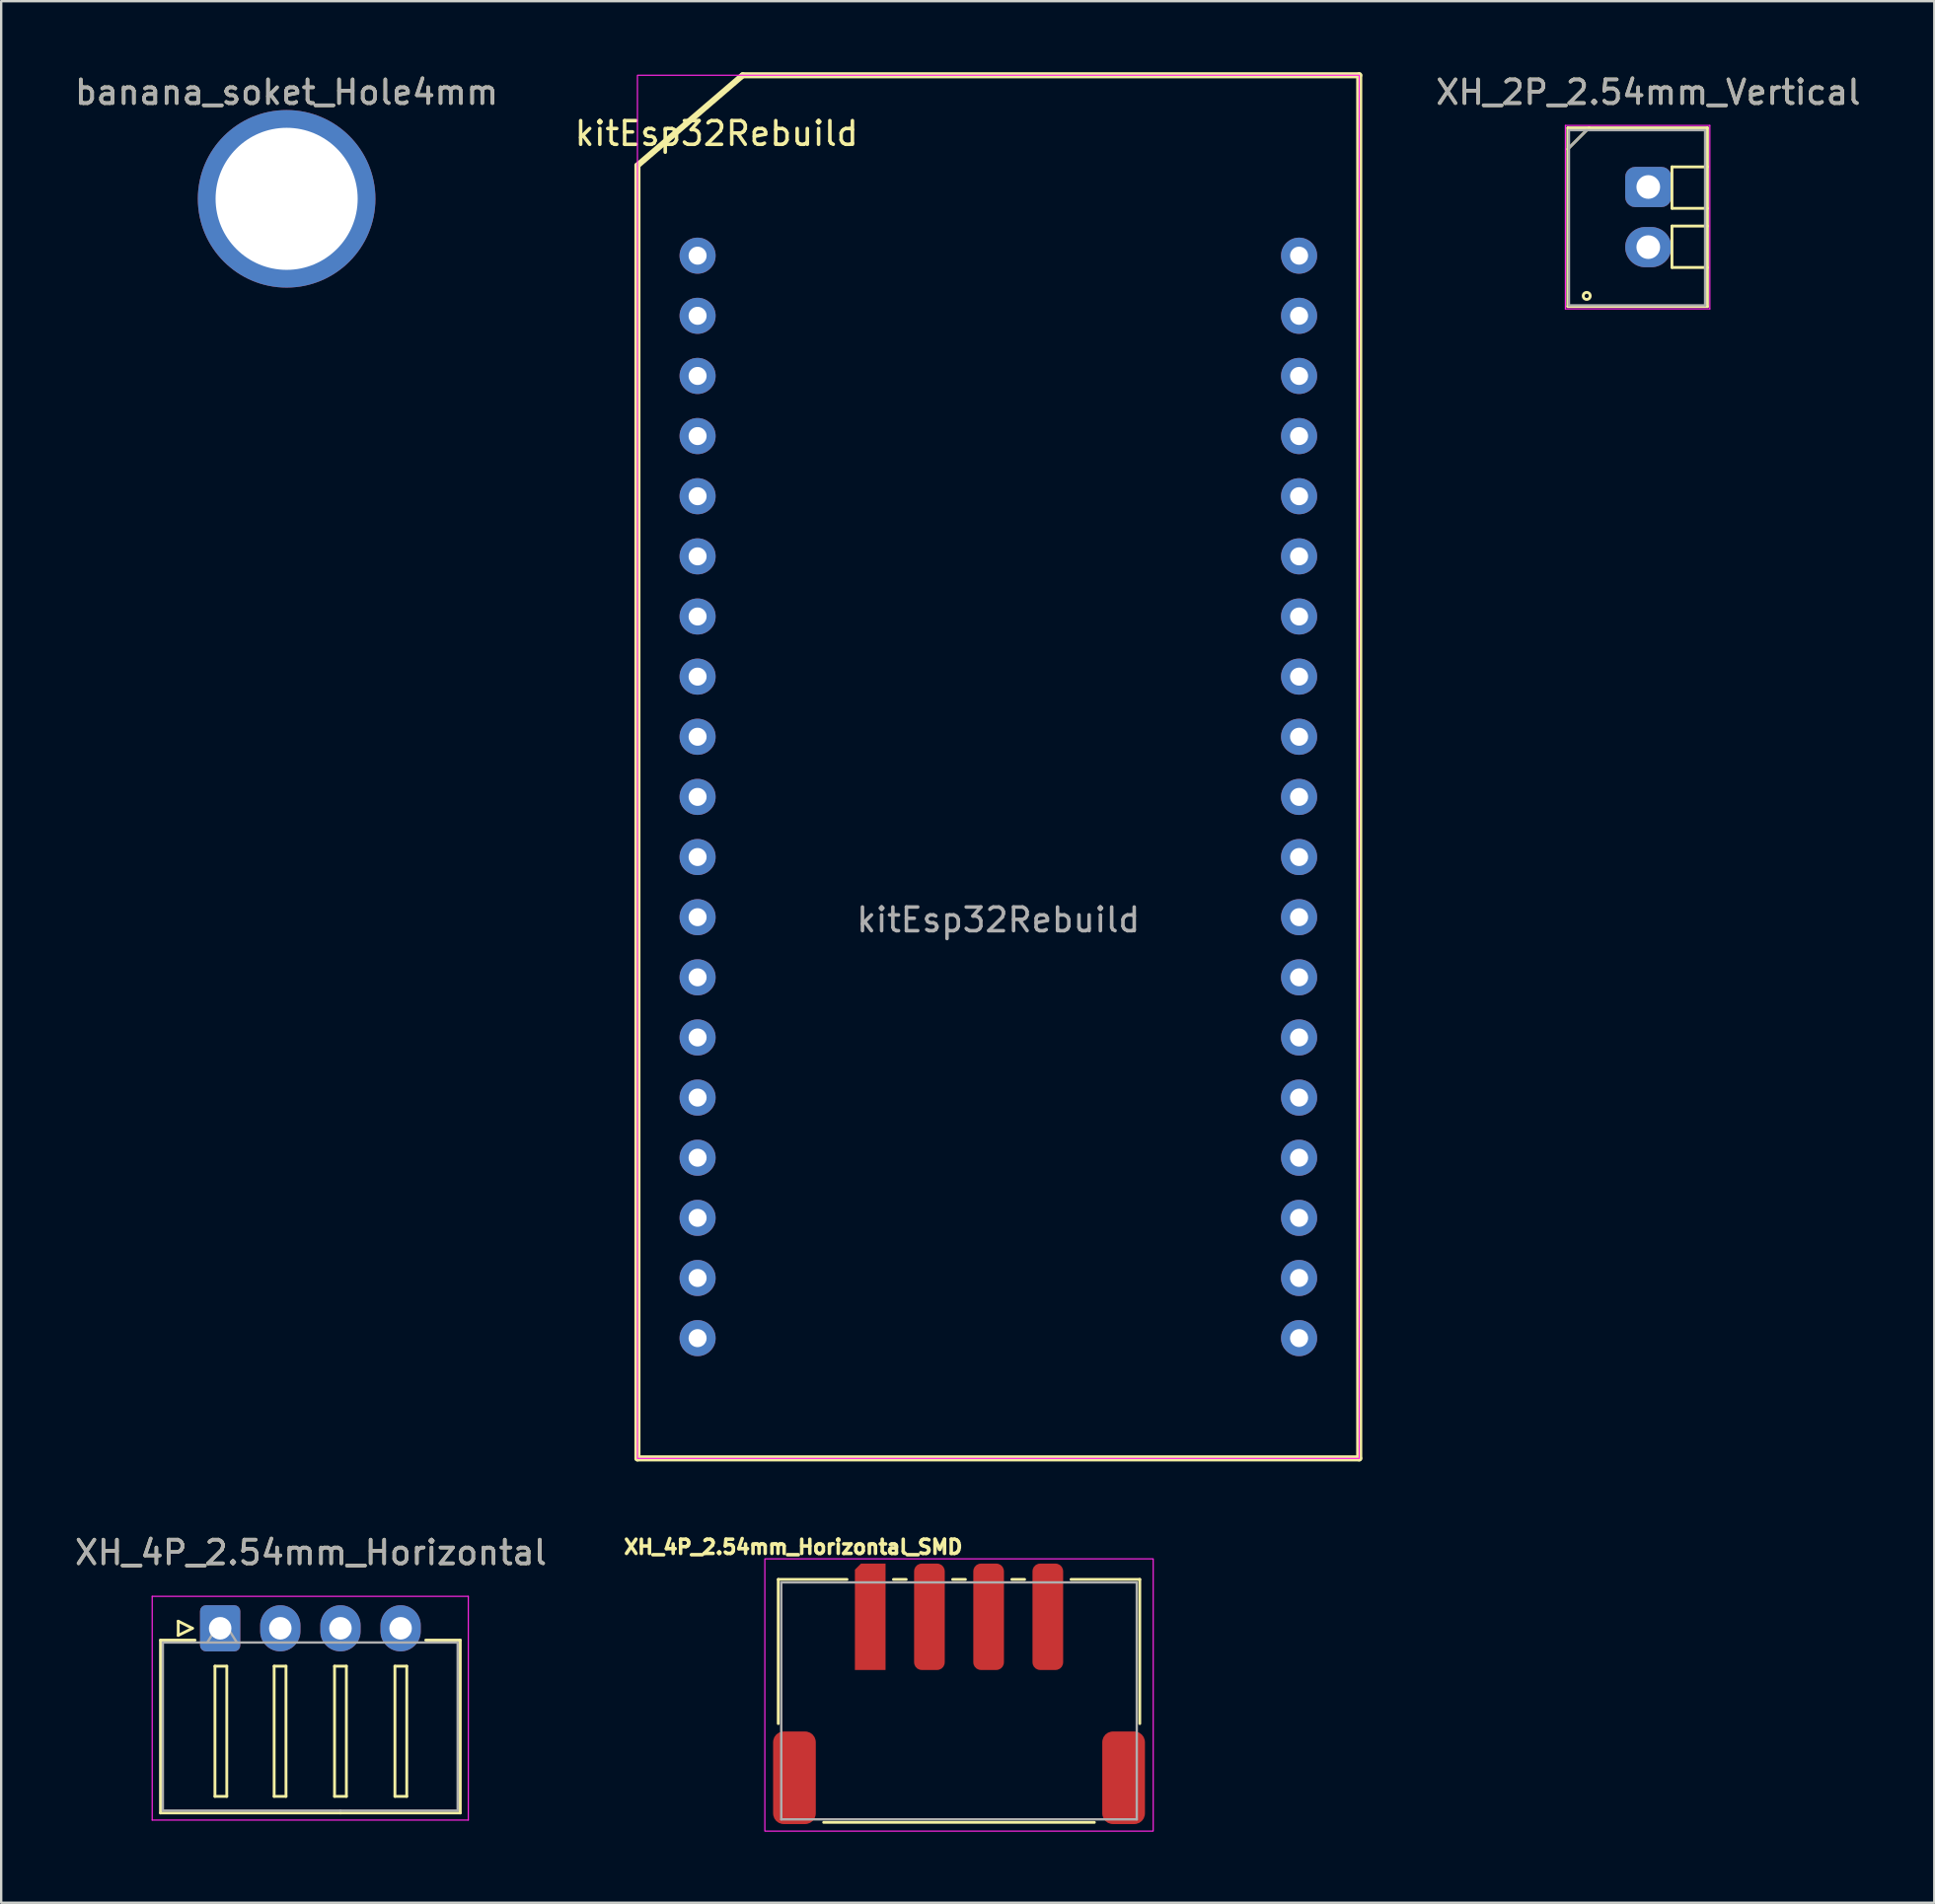
<source format=kicad_pcb>
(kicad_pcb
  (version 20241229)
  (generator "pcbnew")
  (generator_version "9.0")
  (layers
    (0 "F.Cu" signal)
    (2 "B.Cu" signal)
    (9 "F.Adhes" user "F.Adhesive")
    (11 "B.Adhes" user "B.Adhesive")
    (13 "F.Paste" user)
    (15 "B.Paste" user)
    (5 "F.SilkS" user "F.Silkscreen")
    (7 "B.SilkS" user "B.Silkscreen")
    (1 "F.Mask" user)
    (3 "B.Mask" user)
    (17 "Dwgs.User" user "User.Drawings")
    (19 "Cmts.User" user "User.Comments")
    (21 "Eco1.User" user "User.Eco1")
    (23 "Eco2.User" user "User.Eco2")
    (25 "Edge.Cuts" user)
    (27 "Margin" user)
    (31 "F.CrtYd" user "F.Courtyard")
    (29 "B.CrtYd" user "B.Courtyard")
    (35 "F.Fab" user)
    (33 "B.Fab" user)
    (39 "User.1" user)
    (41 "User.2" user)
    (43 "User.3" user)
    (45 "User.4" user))
  (footprint "banana_soket_Hole4mm"
    (layer "F.Cu")
    (at 9.054 5.348)
    (property "Reference" "banana_soket_Hole4mm" (at 0 -4.5 0) (unlocked yes) (layer "F.SilkS") (effects (font (size 1 1) (thickness 0.15))))
    (attr through_hole)
    (fp_text user "${REFERENCE}" (at 0 -4.5 0) (unlocked yes) (layer "F.Fab") (effects (font (size 1 1) (thickness 0.15))))
    (pad "1" thru_hole circle (at 0 0) (size 7.5 7.5) (drill 6) (layers "*.Cu" "*.Mask")))
  (footprint "kitEsp32Rebuild"
    (layer "F.Cu")
    (at 31.488 12.829)
    (property "Reference" "kitEsp32Rebuild" (at -4.28 -10.24 0) (unlocked yes) (layer "F.SilkS") (effects (font (size 1 1) (thickness 0.15))))
    (attr through_hole)
    (fp_line (start -7.62 45.72) (end -7.62 -8.89) (stroke (width 0.257) (type solid)) (layer "F.SilkS"))
    (fp_line (start -3.175 -12.7) (end -7.62 -8.89) (stroke (width 0.257) (type solid)) (layer "F.SilkS"))
    (fp_line (start -3.175 -12.7) (end 22.86 -12.7) (stroke (width 0.257) (type solid)) (layer "F.SilkS"))
    (fp_line (start 22.86 -12.7) (end 22.86 45.72) (stroke (width 0.257) (type solid)) (layer "F.SilkS"))
    (fp_line (start 22.86 45.72) (end -7.62 45.72) (stroke (width 0.257) (type solid)) (layer "F.SilkS"))
    (fp_rect (start -7.62 -12.7) (end 22.86 45.72) (stroke (width 0.05) (type solid)) (fill no) (layer "F.CrtYd"))
    (fp_text user "${REFERENCE}" (at 7.62 22.975 0) (unlocked yes) (layer "F.Fab") (effects (font (size 1 1) (thickness 0.15))))
    (pad "1" thru_hole circle (at -5.08 -5.08) (size 1.524 1.524) (drill 0.762) (layers "*.Cu" "*.Mask"))
    (pad "2" thru_hole circle (at -5.08 -2.54) (size 1.524 1.524) (drill 0.762) (layers "*.Cu" "*.Mask"))
    (pad "3" thru_hole circle (at -5.08 0) (size 1.524 1.524) (drill 0.762) (layers "*.Cu" "*.Mask"))
    (pad "4" thru_hole circle (at -5.08 2.54) (size 1.524 1.524) (drill 0.762) (layers "*.Cu" "*.Mask"))
    (pad "5" thru_hole circle (at -5.08 5.08) (size 1.524 1.524) (drill 0.762) (layers "*.Cu" "*.Mask"))
    (pad "6" thru_hole circle (at -5.08 7.62) (size 1.524 1.524) (drill 0.762) (layers "*.Cu" "*.Mask"))
    (pad "7" thru_hole circle (at -5.08 10.16) (size 1.524 1.524) (drill 0.762) (layers "*.Cu" "*.Mask"))
    (pad "8" thru_hole circle (at -5.08 12.7) (size 1.524 1.524) (drill 0.762) (layers "*.Cu" "*.Mask"))
    (pad "9" thru_hole circle (at -5.08 15.24) (size 1.524 1.524) (drill 0.762) (layers "*.Cu" "*.Mask"))
    (pad "10" thru_hole circle (at -5.08 17.78) (size 1.524 1.524) (drill 0.762) (layers "*.Cu" "*.Mask"))
    (pad "11" thru_hole circle (at -5.08 20.32) (size 1.524 1.524) (drill 0.762) (layers "*.Cu" "*.Mask"))
    (pad "12" thru_hole circle (at -5.08 22.86) (size 1.524 1.524) (drill 0.762) (layers "*.Cu" "*.Mask"))
    (pad "13" thru_hole circle (at -5.08 25.4) (size 1.524 1.524) (drill 0.762) (layers "*.Cu" "*.Mask"))
    (pad "14" thru_hole circle (at -5.08 27.94) (size 1.524 1.524) (drill 0.762) (layers "*.Cu" "*.Mask"))
    (pad "15" thru_hole circle (at -5.08 30.48) (size 1.524 1.524) (drill 0.762) (layers "*.Cu" "*.Mask"))
    (pad "16" thru_hole circle (at -5.08 33.02) (size 1.524 1.524) (drill 0.762) (layers "*.Cu" "*.Mask"))
    (pad "17" thru_hole circle (at -5.08 35.56) (size 1.524 1.524) (drill 0.762) (layers "*.Cu" "*.Mask"))
    (pad "18" thru_hole circle (at -5.08 38.1) (size 1.524 1.524) (drill 0.762) (layers "*.Cu" "*.Mask"))
    (pad "19" thru_hole circle (at -5.08 40.64) (size 1.524 1.524) (drill 0.762) (layers "*.Cu" "*.Mask"))
    (pad "20" thru_hole circle (at 20.32 -5.08) (size 1.524 1.524) (drill 0.762) (layers "*.Cu" "*.Mask"))
    (pad "21" thru_hole circle (at 20.32 -2.54) (size 1.524 1.524) (drill 0.762) (layers "*.Cu" "*.Mask"))
    (pad "22" thru_hole circle (at 20.32 0) (size 1.524 1.524) (drill 0.762) (layers "*.Cu" "*.Mask"))
    (pad "23" thru_hole circle (at 20.32 2.54) (size 1.524 1.524) (drill 0.762) (layers "*.Cu" "*.Mask"))
    (pad "24" thru_hole circle (at 20.32 5.08) (size 1.524 1.524) (drill 0.762) (layers "*.Cu" "*.Mask"))
    (pad "25" thru_hole circle (at 20.32 7.62) (size 1.524 1.524) (drill 0.762) (layers "*.Cu" "*.Mask"))
    (pad "26" thru_hole circle (at 20.32 10.16) (size 1.524 1.524) (drill 0.762) (layers "*.Cu" "*.Mask"))
    (pad "27" thru_hole circle (at 20.32 12.7) (size 1.524 1.524) (drill 0.762) (layers "*.Cu" "*.Mask"))
    (pad "28" thru_hole circle (at 20.32 15.24) (size 1.524 1.524) (drill 0.762) (layers "*.Cu" "*.Mask"))
    (pad "29" thru_hole circle (at 20.32 17.78) (size 1.524 1.524) (drill 0.762) (layers "*.Cu" "*.Mask"))
    (pad "30" thru_hole circle (at 20.32 20.32) (size 1.524 1.524) (drill 0.762) (layers "*.Cu" "*.Mask"))
    (pad "31" thru_hole circle (at 20.32 22.86) (size 1.524 1.524) (drill 0.762) (layers "*.Cu" "*.Mask"))
    (pad "32" thru_hole circle (at 20.32 25.4) (size 1.524 1.524) (drill 0.762) (layers "*.Cu" "*.Mask"))
    (pad "33" thru_hole circle (at 20.32 27.94) (size 1.524 1.524) (drill 0.762) (layers "*.Cu" "*.Mask"))
    (pad "34" thru_hole circle (at 20.32 30.48) (size 1.524 1.524) (drill 0.762) (layers "*.Cu" "*.Mask"))
    (pad "35" thru_hole circle (at 20.32 33.02) (size 1.524 1.524) (drill 0.762) (layers "*.Cu" "*.Mask"))
    (pad "36" thru_hole circle (at 20.32 35.56) (size 1.524 1.524) (drill 0.762) (layers "*.Cu" "*.Mask"))
    (pad "37" thru_hole circle (at 20.32 38.1) (size 1.524 1.524) (drill 0.762) (layers "*.Cu" "*.Mask"))
    (pad "38" thru_hole circle (at 20.32 40.64) (size 1.524 1.524) (drill 0.762) (layers "*.Cu" "*.Mask")))
  (footprint "XH_2P_2.54mm_Vertical"
    (layer "F.Cu")
    (at 66.554 4.848)
    (property "Reference" "XH_2P_2.54mm_Vertical" (at 0 -4 0) (unlocked yes) (layer "F.SilkS") (effects (font (size 1 1) (thickness 0.15))))
    (attr through_hole)
    (fp_line (start -3.4 -2.5) (end -3.4 5.05) (stroke (width 0.12) (type solid)) (layer "F.SilkS"))
    (fp_line (start -3.4 -2.5) (end 2.5 -2.5) (stroke (width 0.12) (type solid)) (layer "F.SilkS"))
    (fp_line (start -3.4 5.05) (end 2.5 5.05) (stroke (width 0.12) (type solid)) (layer "F.SilkS"))
    (fp_line (start -2.5 -2.5) (end -3.4 -1.6) (stroke (width 0.12) (type solid)) (layer "F.SilkS"))
    (fp_line (start 1 -0.85) (end 1 0.9) (stroke (width 0.12) (type solid)) (layer "F.SilkS"))
    (fp_line (start 1 0.9) (end 2.5 0.9) (stroke (width 0.12) (type solid)) (layer "F.SilkS"))
    (fp_line (start 1 1.65) (end 1 3.4) (stroke (width 0.12) (type solid)) (layer "F.SilkS"))
    (fp_line (start 1 3.4) (end 2.5 3.4) (stroke (width 0.12) (type solid)) (layer "F.SilkS"))
    (fp_line (start 2.5 -2.5) (end 2.5 5.05) (stroke (width 0.12) (type solid)) (layer "F.SilkS"))
    (fp_line (start 2.5 -0.85) (end 1 -0.85) (stroke (width 0.12) (type solid)) (layer "F.SilkS"))
    (fp_line (start 2.5 1.65) (end 1 1.65) (stroke (width 0.12) (type solid)) (layer "F.SilkS"))
    (fp_circle (center -2.6 4.6) (end -2.75 4.6) (stroke (width 0.12) (type solid)) (fill no) (layer "F.SilkS"))
    (fp_line (start -3.5 -2.6) (end -3.5 5.15) (stroke (width 0.05) (type solid)) (layer "F.CrtYd"))
    (fp_line (start 2.6 -2.6) (end -3.5 -2.6) (stroke (width 0.05) (type solid)) (layer "F.CrtYd"))
    (fp_line (start 2.6 -2.6) (end 2.6 5.15) (stroke (width 0.05) (type solid)) (layer "F.CrtYd"))
    (fp_line (start 2.6 5.15) (end -3.5 5.15) (stroke (width 0.05) (type solid)) (layer "F.CrtYd"))
    (fp_line (start -3.35 -2.4) (end 2.4 -2.4) (stroke (width 0.1) (type solid)) (layer "F.Fab"))
    (fp_line (start -3.35 5) (end -3.35 -2.4) (stroke (width 0.1) (type solid)) (layer "F.Fab"))
    (fp_line (start -3.35 5) (end 2.4 5) (stroke (width 0.1) (type solid)) (layer "F.Fab"))
    (fp_line (start -2.6 -2.4) (end -3.35 -1.65) (stroke (width 0.1) (type solid)) (layer "F.Fab"))
    (fp_line (start 2.4 5) (end 2.4 -2.4) (stroke (width 0.1) (type solid)) (layer "F.Fab"))
    (fp_text user "${REFERENCE}" (at 0 -4 0) (unlocked yes) (layer "F.Fab") (effects (font (size 1 1) (thickness 0.15))))
    (pad "1" thru_hole roundrect (at 0 0) (size 1.95 1.7) (drill 1) (layers "*.Cu" "*.Mask") (roundrect_rratio 0.25))
    (pad "2" thru_hole oval (at 0 2.54) (size 1.95 1.7) (drill 1) (layers "*.Cu" "*.Mask")))
  (footprint "XH_4P_2.54mm_Horizontal"
    (layer "F.Cu")
    (at 10.077 65.725)
    (property "Reference" "XH_4P_2.54mm_Horizontal" (at 0 -3.2 0) (unlocked yes) (layer "F.SilkS") (effects (font (size 1 1) (thickness 0.15))))
    (attr through_hole)
    (fp_line (start -6.35 0.5) (end -4.89 0.5) (stroke (width 0.12) (type solid)) (layer "F.SilkS"))
    (fp_line (start -6.35 7.8) (end -6.35 0.5) (stroke (width 0.12) (type solid)) (layer "F.SilkS"))
    (fp_line (start -5.6 -0.3) (end -5 0) (stroke (width 0.12) (type solid)) (layer "F.SilkS"))
    (fp_line (start -5.6 0.3) (end -5.6 -0.3) (stroke (width 0.12) (type solid)) (layer "F.SilkS"))
    (fp_line (start -5 0) (end -5.6 0.3) (stroke (width 0.12) (type solid)) (layer "F.SilkS"))
    (fp_line (start -4.05 1.6) (end -4.05 7.1) (stroke (width 0.12) (type solid)) (layer "F.SilkS"))
    (fp_line (start -4.05 7.1) (end -3.55 7.1) (stroke (width 0.12) (type solid)) (layer "F.SilkS"))
    (fp_line (start -3.55 1.6) (end -4.05 1.6) (stroke (width 0.12) (type solid)) (layer "F.SilkS"))
    (fp_line (start -3.55 7.1) (end -3.55 1.6) (stroke (width 0.12) (type solid)) (layer "F.SilkS"))
    (fp_line (start -1.55 1.6) (end -1.55 7.1) (stroke (width 0.12) (type solid)) (layer "F.SilkS"))
    (fp_line (start -1.55 7.1) (end -1.05 7.1) (stroke (width 0.12) (type solid)) (layer "F.SilkS"))
    (fp_line (start -1.05 1.6) (end -1.55 1.6) (stroke (width 0.12) (type solid)) (layer "F.SilkS"))
    (fp_line (start -1.05 7.1) (end -1.05 1.6) (stroke (width 0.12) (type solid)) (layer "F.SilkS"))
    (fp_line (start 1 1.6) (end 1 7.1) (stroke (width 0.12) (type solid)) (layer "F.SilkS"))
    (fp_line (start 1 7.1) (end 1.5 7.1) (stroke (width 0.12) (type solid)) (layer "F.SilkS"))
    (fp_line (start 1.25 7.8) (end -6.35 7.8) (stroke (width 0.12) (type solid)) (layer "F.SilkS"))
    (fp_line (start 1.25 7.8) (end 6.31 7.8) (stroke (width 0.12) (type solid)) (layer "F.SilkS"))
    (fp_line (start 1.5 1.6) (end 1 1.6) (stroke (width 0.12) (type solid)) (layer "F.SilkS"))
    (fp_line (start 1.5 7.1) (end 1.5 1.6) (stroke (width 0.12) (type solid)) (layer "F.SilkS"))
    (fp_line (start 3.55 1.6) (end 3.55 7.1) (stroke (width 0.12) (type solid)) (layer "F.SilkS"))
    (fp_line (start 3.55 7.1) (end 4.05 7.1) (stroke (width 0.12) (type solid)) (layer "F.SilkS"))
    (fp_line (start 4.05 1.6) (end 3.55 1.6) (stroke (width 0.12) (type solid)) (layer "F.SilkS"))
    (fp_line (start 4.05 7.1) (end 4.05 1.6) (stroke (width 0.12) (type solid)) (layer "F.SilkS"))
    (fp_line (start 6.31 0.5) (end 4.85 0.5) (stroke (width 0.12) (type solid)) (layer "F.SilkS"))
    (fp_line (start 6.31 7.8) (end 6.31 0.5) (stroke (width 0.12) (type solid)) (layer "F.SilkS"))
    (fp_line (start -6.7 -1.35) (end -6.7 8.1) (stroke (width 0.05) (type solid)) (layer "F.CrtYd"))
    (fp_line (start -6.7 8.1) (end 6.65 8.1) (stroke (width 0.05) (type solid)) (layer "F.CrtYd"))
    (fp_line (start 6.65 -1.35) (end -6.7 -1.35) (stroke (width 0.05) (type solid)) (layer "F.CrtYd"))
    (fp_line (start 6.65 8.1) (end 6.65 -1.35) (stroke (width 0.05) (type solid)) (layer "F.CrtYd"))
    (fp_line (start -6.25 0.6) (end -5 0.6) (stroke (width 0.1) (type solid)) (layer "F.Fab"))
    (fp_line (start -6.25 7.7) (end -6.25 0.6) (stroke (width 0.1) (type solid)) (layer "F.Fab"))
    (fp_line (start -5 0.6) (end 1.25 0.6) (stroke (width 0.1) (type solid)) (layer "F.Fab"))
    (fp_line (start -4.375 0.6) (end -3.75 -0.4) (stroke (width 0.1) (type solid)) (layer "F.Fab"))
    (fp_line (start -3.75 -0.4) (end -3.125 0.6) (stroke (width 0.1) (type solid)) (layer "F.Fab"))
    (fp_line (start 1.25 7.7) (end -6.25 7.7) (stroke (width 0.1) (type solid)) (layer "F.Fab"))
    (fp_line (start 1.25 7.7) (end 6.2 7.7) (stroke (width 0.1) (type solid)) (layer "F.Fab"))
    (fp_line (start 6.2 0.6) (end 1.25 0.6) (stroke (width 0.1) (type solid)) (layer "F.Fab"))
    (fp_line (start 6.2 7.7) (end 6.2 0.6) (stroke (width 0.1) (type solid)) (layer "F.Fab"))
    (fp_text user "${REFERENCE}" (at 0 -3.2 0) (unlocked yes) (layer "F.Fab") (effects (font (size 1 1) (thickness 0.15))))
    (pad "1" thru_hole roundrect (at -3.83 0) (size 1.7 1.95) (drill 0.95) (layers "*.Cu" "*.Mask") (roundrect_rratio 0.147))
    (pad "2" thru_hole oval (at -1.29 0) (size 1.7 1.95) (drill 0.95) (layers "*.Cu" "*.Mask"))
    (pad "3" thru_hole oval (at 1.25 0) (size 1.7 1.95) (drill 0.95) (layers "*.Cu" "*.Mask"))
    (pad "4" thru_hole oval (at 3.79 0) (size 1.7 1.95) (drill 0.95) (layers "*.Cu" "*.Mask")))
  (footprint "XH_4P_2.54mm_Horizontal_SMD"
    (layer "F.Cu")
    (at 37.448 68.791)
    (property "Reference" "XH_4P_2.54mm_Horizontal_SMD" (at -7 -6.5 180) (layer "F.SilkS") (effects (font (size 0.6 0.6) (thickness 0.15))))
    (attr smd)
    (fp_line (start -7.633 -5.131) (end -7.633 0.959) (stroke (width 0.12) (type solid)) (layer "F.SilkS"))
    (fp_line (start -5.716 5.131) (end 5.716 5.131) (stroke (width 0.12) (type solid)) (layer "F.SilkS"))
    (fp_line (start -4.73 -5.131) (end -7.633 -5.131) (stroke (width 0.12) (type solid)) (layer "F.SilkS"))
    (fp_line (start -2.23 -5.131) (end -2.77 -5.131) (stroke (width 0.12) (type solid)) (layer "F.SilkS"))
    (fp_line (start 0.27 -5.131) (end -0.27 -5.131) (stroke (width 0.12) (type solid)) (layer "F.SilkS"))
    (fp_line (start 2.77 -5.131) (end 2.23 -5.131) (stroke (width 0.12) (type solid)) (layer "F.SilkS"))
    (fp_line (start 7.633 -5.131) (end 4.73 -5.131) (stroke (width 0.12) (type solid)) (layer "F.SilkS"))
    (fp_line (start 7.633 0.959) (end 7.633 -5.131) (stroke (width 0.12) (type solid)) (layer "F.SilkS"))
    (fp_rect (start -8.2 -6) (end 8.2 5.5) (stroke (width 0.05) (type solid)) (fill no) (layer "F.CrtYd"))
    (fp_line (start -7.506 -5.004) (end -7.506 5.004) (stroke (width 0.1) (type solid)) (layer "F.Fab"))
    (fp_line (start -7.506 5.004) (end 7.506 5.004) (stroke (width 0.1) (type solid)) (layer "F.Fab"))
    (fp_line (start 7.506 -5.004) (end -7.506 -5.004) (stroke (width 0.1) (type solid)) (layer "F.Fab"))
    (fp_line (start 7.506 5.004) (end 7.506 -5.004) (stroke (width 0.1) (type solid)) (layer "F.Fab"))
    (pad "1" smd roundrect (at -3.75 -3.552) (size 1.295 4.496) (layers "F.Cu" "F.Mask" "F.Paste") (roundrect_rratio 0) (chamfer_ratio 0.2) (chamfer top_left))
    (pad "2" smd roundrect (at -1.25 -3.552) (size 1.295 4.496) (layers "F.Cu" "F.Mask" "F.Paste") (roundrect_rratio 0.25))
    (pad "3" smd roundrect (at 1.25 -3.552) (size 1.295 4.496) (layers "F.Cu" "F.Mask" "F.Paste") (roundrect_rratio 0.25))
    (pad "4" smd roundrect (at 3.75 -3.552) (size 1.295 4.496) (layers "F.Cu" "F.Mask" "F.Paste") (roundrect_rratio 0.25))
    (pad "5" smd roundrect (at -6.95 3.248 90) (size 3.912 1.803) (layers "F.Cu" "F.Mask" "F.Paste") (roundrect_rratio 0.25))
    (pad "6" smd roundrect (at 6.95 3.248 90) (size 3.912 1.803) (layers "F.Cu" "F.Mask" "F.Paste") (roundrect_rratio 0.25)))
  (gr_rect
    (start -3 -3)
    (end 78.632 77.316)
    (stroke (width 0.1) (type default))
    (fill no)
    (layer "Edge.Cuts")))
</source>
